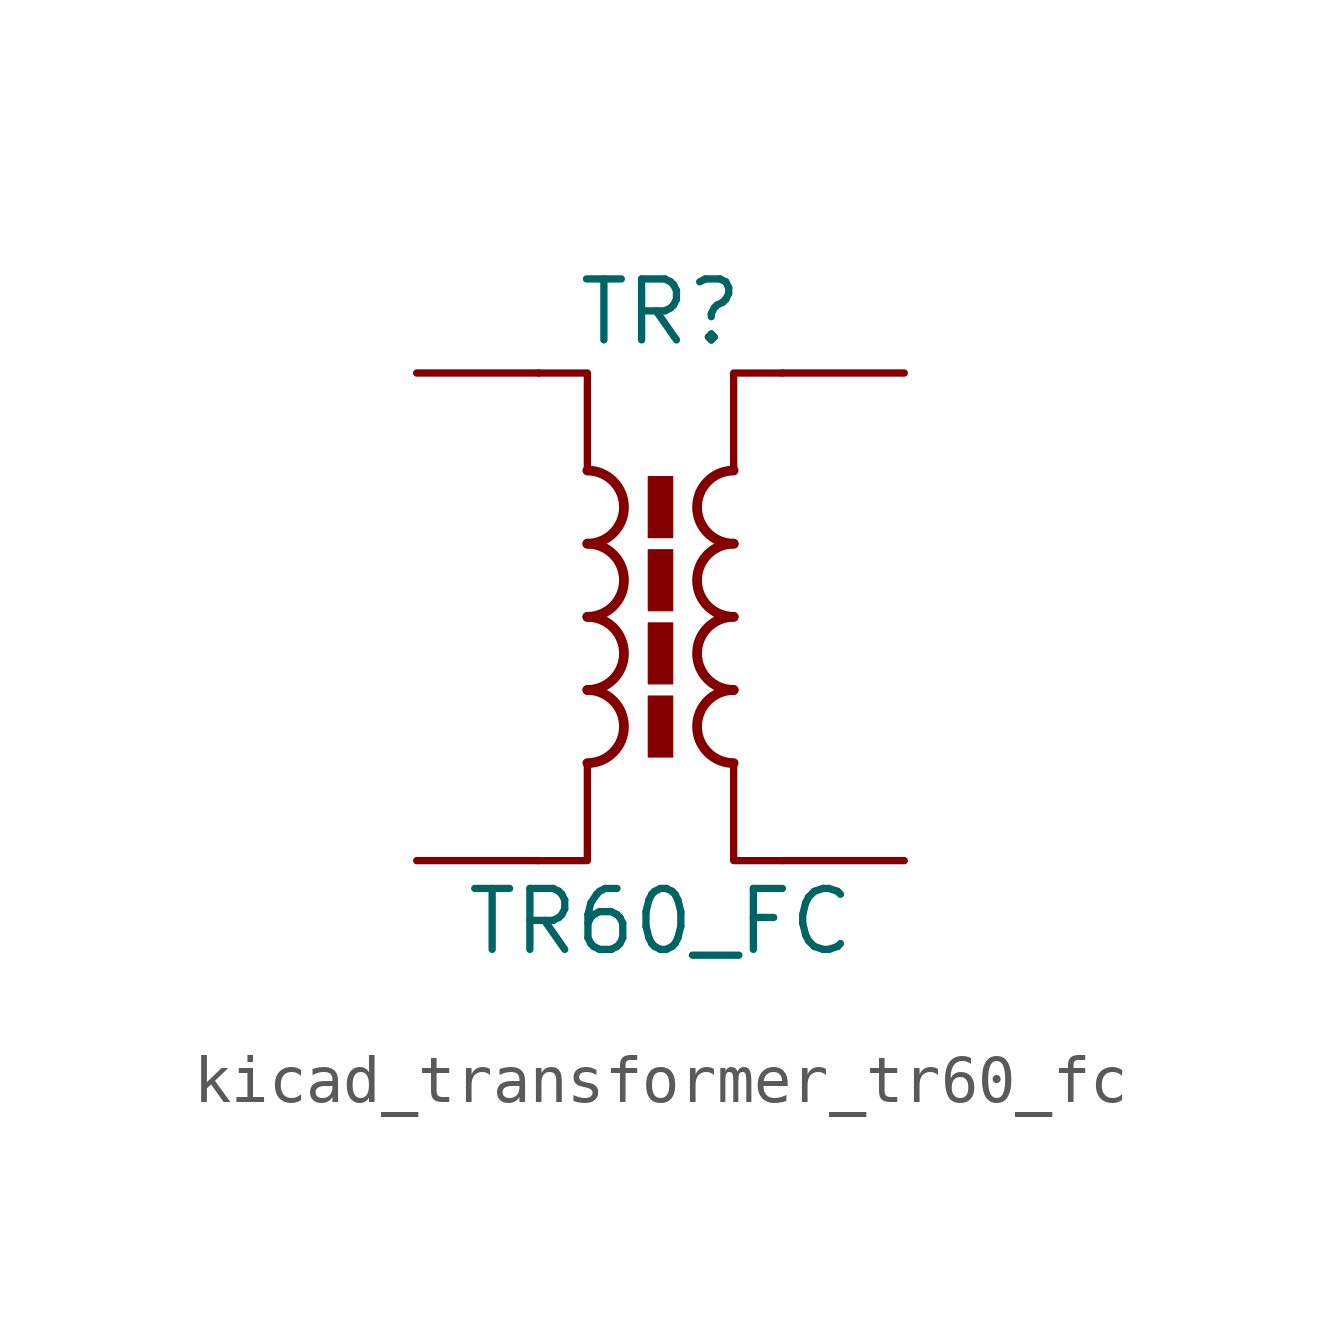
<source format=kicad_sym>
(kicad_symbol_lib
  (version 20220914)
  (generator kicad_symbol_editor)
  (symbol "kicad_transformer_tr60_fc"
    (pin_numbers hide)
    (pin_names
      (offset 0))
    (property "Reference" "TR"
      (at 0 6.35 0)
      (effects (font (size 1.27 1.27))))
    (property "Value" "TR60_FC"
      (at 0 -6.35 0)
      (effects (font (size 1.27 1.27))))
    (symbol "kicad_transformer_tr60_fc_0_1"
      (arc (start -1.524 -3.048) (mid -0.7653 -2.286) (end -1.524 -1.524) (stroke (width 0.2032) (type default)) (fill (type none)))
      (arc (start -1.524 -1.524) (mid -0.7653 -0.762) (end -1.524 0) (stroke (width 0.2032) (type default)) (fill (type none)))
      (arc (start -1.524 0) (mid -0.7653 0.762) (end -1.524 1.524) (stroke (width 0.2032) (type default)) (fill (type none)))
      (arc (start -1.524 1.524) (mid -0.7653 2.286) (end -1.524 3.048) (stroke (width 0.2032) (type default)) (fill (type none)))
      (rectangle (start -0.254 -1.651) (end 0.254 -2.921) (stroke (width 0.025) (type default)) (fill (type outline)))
      (rectangle (start -0.254 -0.127) (end 0.254 -1.397) (stroke (width 0.025) (type default)) (fill (type outline)))
      (rectangle (start -0.254 1.397) (end 0.254 0.127) (stroke (width 0.025) (type default)) (fill (type outline)))
      (rectangle (start -0.254 2.921) (end 0.254 1.651) (stroke (width 0.025) (type default)) (fill (type outline)))
      (polyline (pts (xy -2.54 5.08) (xy -1.524 5.08) (xy -1.524 3.048) (xy -1.524 3.048)) (stroke (width 0.152) (type default)) (fill (type none)))
      (polyline (pts (xy -1.524 -3.048) (xy -1.524 -5.08) (xy -2.54 -5.08) (xy -2.54 -5.08)) (stroke (width 0.152) (type default)) (fill (type none)))
      (polyline (pts (xy 1.524 3.048) (xy 1.524 5.08) (xy 2.54 5.08) (xy 2.54 5.08)) (stroke (width 0.152) (type default)) (fill (type none)))
      (polyline (pts (xy 2.54 -5.08) (xy 1.524 -5.08) (xy 1.524 -3.048) (xy 1.524 -3.048)) (stroke (width 0.152) (type default)) (fill (type none)))
      (arc (start 1.524 -1.524) (mid 0.7653 -2.286) (end 1.524 -3.048) (stroke (width 0.2032) (type default)) (fill (type none)))
      (arc (start 1.524 0) (mid 0.7653 -0.762) (end 1.524 -1.524) (stroke (width 0.2032) (type default)) (fill (type none)))
      (arc (start 1.524 1.524) (mid 0.7653 0.762) (end 1.524 0) (stroke (width 0.2032) (type default)) (fill (type none)))
      (arc (start 1.524 3.048) (mid 0.7653 2.286) (end 1.524 1.524) (stroke (width 0.2032) (type default)) (fill (type none))))
    (symbol "kicad_transformer_tr60_fc_1_1"
      (pin passive line (at -5.08 5.08 0) (length 2.54) (name "~" (effects (font (size 1.27 1.27)))) (number "1" (effects (font (size 1.27 1.27)))))
      (pin passive line (at -5.08 -5.08 0) (length 2.54) (name "~" (effects (font (size 1.27 1.27)))) (number "2" (effects (font (size 1.27 1.27)))))
      (pin passive line (at 5.08 5.08 180) (length 2.54) (name "~" (effects (font (size 1.27 1.27)))) (number "3" (effects (font (size 1.27 1.27)))))
      (pin passive line (at 5.08 -5.08 180) (length 2.54) (name "~" (effects (font (size 1.27 1.27)))) (number "4" (effects (font (size 1.27 1.27))))))))
</source>
